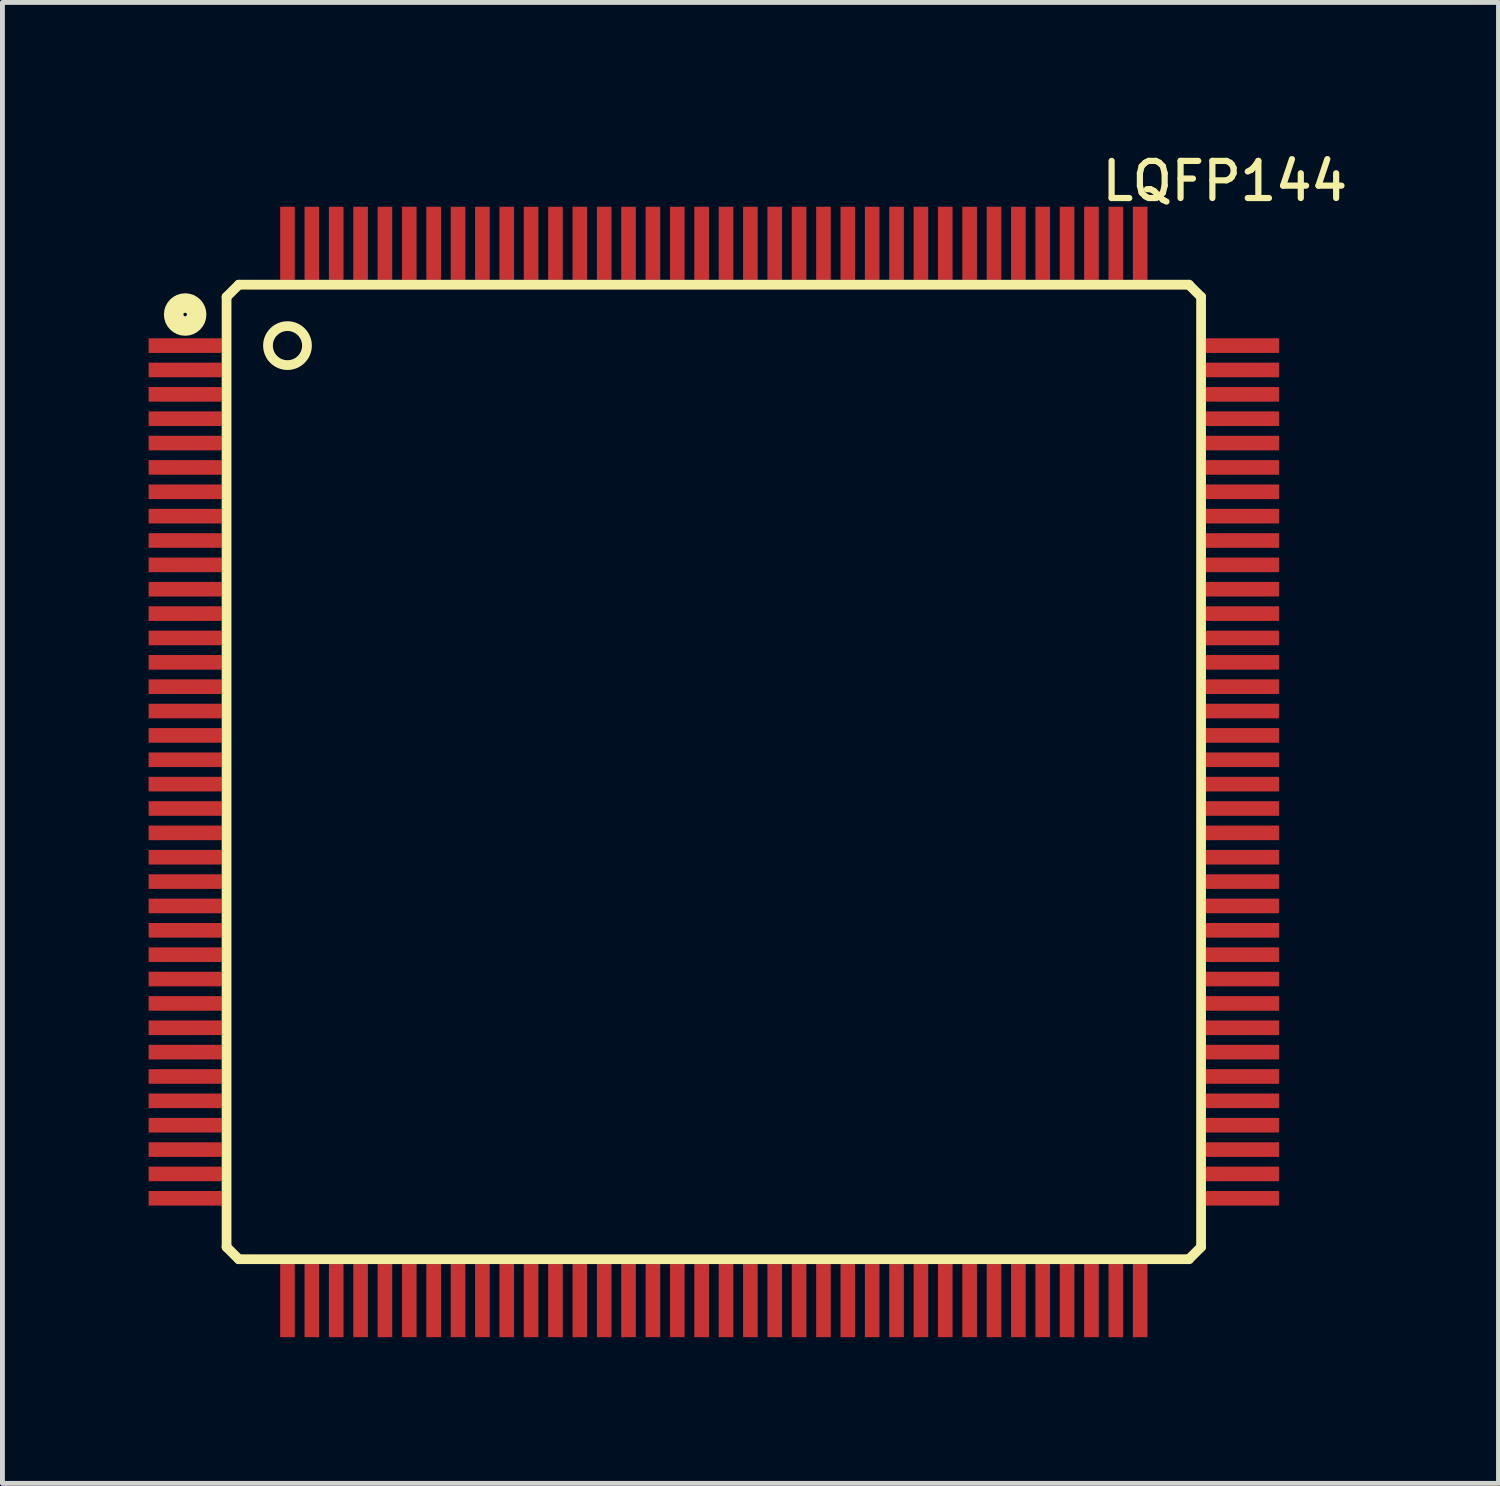
<source format=kicad_pcb>
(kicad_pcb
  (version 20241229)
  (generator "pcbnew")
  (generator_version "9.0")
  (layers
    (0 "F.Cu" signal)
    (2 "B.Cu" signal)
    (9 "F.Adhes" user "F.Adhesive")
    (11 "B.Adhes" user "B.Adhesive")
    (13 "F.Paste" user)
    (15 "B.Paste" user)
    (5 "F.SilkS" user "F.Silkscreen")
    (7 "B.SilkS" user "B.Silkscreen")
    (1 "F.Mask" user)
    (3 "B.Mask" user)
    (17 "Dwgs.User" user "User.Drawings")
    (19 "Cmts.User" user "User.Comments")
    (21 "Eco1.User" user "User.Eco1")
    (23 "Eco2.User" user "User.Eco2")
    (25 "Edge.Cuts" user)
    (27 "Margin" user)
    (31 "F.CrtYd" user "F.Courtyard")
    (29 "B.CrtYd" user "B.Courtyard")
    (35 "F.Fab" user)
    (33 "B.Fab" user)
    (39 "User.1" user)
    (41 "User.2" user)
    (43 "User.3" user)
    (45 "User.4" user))
  (footprint "LQFP144"
    (layer "F.Cu")
    (at 11.6 12.793)
    (property "Reference" "LQFP144" (at 10.486 -12.125 0) (layer "F.SilkS") (effects (font (size 0.762 0.762) (thickness 0.127))))
    (attr through_hole)
    (fp_line (start -10 -9.75) (end -9.75 -10) (stroke (width 0.2) (type solid)) (layer "F.SilkS"))
    (fp_line (start -10 9.75) (end -10 -9.75) (stroke (width 0.2) (type solid)) (layer "F.SilkS"))
    (fp_line (start -9.75 -10) (end 9.75 -10) (stroke (width 0.2) (type solid)) (layer "F.SilkS"))
    (fp_line (start -9.75 10) (end -10 9.75) (stroke (width 0.2) (type solid)) (layer "F.SilkS"))
    (fp_line (start 9.75 -10) (end 10 -9.75) (stroke (width 0.2) (type solid)) (layer "F.SilkS"))
    (fp_line (start 9.75 10) (end -9.75 10) (stroke (width 0.2) (type solid)) (layer "F.SilkS"))
    (fp_line (start 10 -9.75) (end 10 9.75) (stroke (width 0.2) (type solid)) (layer "F.SilkS"))
    (fp_line (start 10 9.75) (end 9.75 10) (stroke (width 0.2) (type solid)) (layer "F.SilkS"))
    (fp_circle (center -10.85 -9.388) (end -10.85 -9.352) (stroke (width 0.4) (type solid)) (fill no) (layer "F.SilkS"))
    (fp_circle (center -8.75 -8.75) (end -8.35 -8.75) (stroke (width 0.2) (type solid)) (fill no) (layer "F.SilkS"))
    (pad "1" smd rect (at -10.85 -8.75) (size 1.5 0.3) (layers "F.Cu" "F.Mask" "F.Paste"))
    (pad "2" smd rect (at -10.85 -8.25) (size 1.5 0.3) (layers "F.Cu" "F.Mask" "F.Paste"))
    (pad "3" smd rect (at -10.85 -7.75) (size 1.5 0.3) (layers "F.Cu" "F.Mask" "F.Paste"))
    (pad "4" smd rect (at -10.85 -7.25) (size 1.5 0.3) (layers "F.Cu" "F.Mask" "F.Paste"))
    (pad "5" smd rect (at -10.85 -6.75) (size 1.5 0.3) (layers "F.Cu" "F.Mask" "F.Paste"))
    (pad "6" smd rect (at -10.85 -6.25) (size 1.5 0.3) (layers "F.Cu" "F.Mask" "F.Paste"))
    (pad "7" smd rect (at -10.85 -5.75) (size 1.5 0.3) (layers "F.Cu" "F.Mask" "F.Paste"))
    (pad "8" smd rect (at -10.85 -5.25) (size 1.5 0.3) (layers "F.Cu" "F.Mask" "F.Paste"))
    (pad "9" smd rect (at -10.85 -4.75) (size 1.5 0.3) (layers "F.Cu" "F.Mask" "F.Paste"))
    (pad "10" smd rect (at -10.85 -4.25) (size 1.5 0.3) (layers "F.Cu" "F.Mask" "F.Paste"))
    (pad "11" smd rect (at -10.85 -3.75) (size 1.5 0.3) (layers "F.Cu" "F.Mask" "F.Paste"))
    (pad "12" smd rect (at -10.85 -3.25) (size 1.5 0.3) (layers "F.Cu" "F.Mask" "F.Paste"))
    (pad "13" smd rect (at -10.85 -2.75) (size 1.5 0.3) (layers "F.Cu" "F.Mask" "F.Paste"))
    (pad "14" smd rect (at -10.85 -2.25) (size 1.5 0.3) (layers "F.Cu" "F.Mask" "F.Paste"))
    (pad "15" smd rect (at -10.85 -1.75) (size 1.5 0.3) (layers "F.Cu" "F.Mask" "F.Paste"))
    (pad "16" smd rect (at -10.85 -1.25) (size 1.5 0.3) (layers "F.Cu" "F.Mask" "F.Paste"))
    (pad "17" smd rect (at -10.85 -0.75) (size 1.5 0.3) (layers "F.Cu" "F.Mask" "F.Paste"))
    (pad "18" smd rect (at -10.85 -0.25) (size 1.5 0.3) (layers "F.Cu" "F.Mask" "F.Paste"))
    (pad "19" smd rect (at -10.85 0.25) (size 1.5 0.3) (layers "F.Cu" "F.Mask" "F.Paste"))
    (pad "20" smd rect (at -10.85 0.75) (size 1.5 0.3) (layers "F.Cu" "F.Mask" "F.Paste"))
    (pad "21" smd rect (at -10.85 1.25) (size 1.5 0.3) (layers "F.Cu" "F.Mask" "F.Paste"))
    (pad "22" smd rect (at -10.85 1.75) (size 1.5 0.3) (layers "F.Cu" "F.Mask" "F.Paste"))
    (pad "23" smd rect (at -10.85 2.25) (size 1.5 0.3) (layers "F.Cu" "F.Mask" "F.Paste"))
    (pad "24" smd rect (at -10.85 2.75) (size 1.5 0.3) (layers "F.Cu" "F.Mask" "F.Paste"))
    (pad "25" smd rect (at -10.85 3.25) (size 1.5 0.3) (layers "F.Cu" "F.Mask" "F.Paste"))
    (pad "26" smd rect (at -10.85 3.75) (size 1.5 0.3) (layers "F.Cu" "F.Mask" "F.Paste"))
    (pad "27" smd rect (at -10.85 4.25) (size 1.5 0.3) (layers "F.Cu" "F.Mask" "F.Paste"))
    (pad "28" smd rect (at -10.85 4.75) (size 1.5 0.3) (layers "F.Cu" "F.Mask" "F.Paste"))
    (pad "29" smd rect (at -10.85 5.25) (size 1.5 0.3) (layers "F.Cu" "F.Mask" "F.Paste"))
    (pad "30" smd rect (at -10.85 5.75) (size 1.5 0.3) (layers "F.Cu" "F.Mask" "F.Paste"))
    (pad "31" smd rect (at -10.85 6.25) (size 1.5 0.3) (layers "F.Cu" "F.Mask" "F.Paste"))
    (pad "32" smd rect (at -10.85 6.75) (size 1.5 0.3) (layers "F.Cu" "F.Mask" "F.Paste"))
    (pad "33" smd rect (at -10.85 7.25) (size 1.5 0.3) (layers "F.Cu" "F.Mask" "F.Paste"))
    (pad "34" smd rect (at -10.85 7.75) (size 1.5 0.3) (layers "F.Cu" "F.Mask" "F.Paste"))
    (pad "35" smd rect (at -10.85 8.25) (size 1.5 0.3) (layers "F.Cu" "F.Mask" "F.Paste"))
    (pad "36" smd rect (at -10.85 8.75) (size 1.5 0.3) (layers "F.Cu" "F.Mask" "F.Paste"))
    (pad "37" smd rect (at -8.75 10.85 90) (size 1.5 0.3) (layers "F.Cu" "F.Mask" "F.Paste"))
    (pad "38" smd rect (at -8.25 10.85 90) (size 1.5 0.3) (layers "F.Cu" "F.Mask" "F.Paste"))
    (pad "39" smd rect (at -7.75 10.85 90) (size 1.5 0.3) (layers "F.Cu" "F.Mask" "F.Paste"))
    (pad "40" smd rect (at -7.25 10.85 90) (size 1.5 0.3) (layers "F.Cu" "F.Mask" "F.Paste"))
    (pad "41" smd rect (at -6.75 10.85 90) (size 1.5 0.3) (layers "F.Cu" "F.Mask" "F.Paste"))
    (pad "42" smd rect (at -6.25 10.85 90) (size 1.5 0.3) (layers "F.Cu" "F.Mask" "F.Paste"))
    (pad "43" smd rect (at -5.75 10.85 90) (size 1.5 0.3) (layers "F.Cu" "F.Mask" "F.Paste"))
    (pad "44" smd rect (at -5.25 10.85 90) (size 1.5 0.3) (layers "F.Cu" "F.Mask" "F.Paste"))
    (pad "45" smd rect (at -4.75 10.85 90) (size 1.5 0.3) (layers "F.Cu" "F.Mask" "F.Paste"))
    (pad "46" smd rect (at -4.25 10.85 90) (size 1.5 0.3) (layers "F.Cu" "F.Mask" "F.Paste"))
    (pad "47" smd rect (at -3.75 10.85 90) (size 1.5 0.3) (layers "F.Cu" "F.Mask" "F.Paste"))
    (pad "48" smd rect (at -3.25 10.85 90) (size 1.5 0.3) (layers "F.Cu" "F.Mask" "F.Paste"))
    (pad "49" smd rect (at -2.75 10.85 90) (size 1.5 0.3) (layers "F.Cu" "F.Mask" "F.Paste"))
    (pad "50" smd rect (at -2.25 10.85 90) (size 1.5 0.3) (layers "F.Cu" "F.Mask" "F.Paste"))
    (pad "51" smd rect (at -1.75 10.85 90) (size 1.5 0.3) (layers "F.Cu" "F.Mask" "F.Paste"))
    (pad "52" smd rect (at -1.25 10.85 90) (size 1.5 0.3) (layers "F.Cu" "F.Mask" "F.Paste"))
    (pad "53" smd rect (at -0.75 10.85 90) (size 1.5 0.3) (layers "F.Cu" "F.Mask" "F.Paste"))
    (pad "54" smd rect (at -0.25 10.85 90) (size 1.5 0.3) (layers "F.Cu" "F.Mask" "F.Paste"))
    (pad "55" smd rect (at 0.25 10.85 90) (size 1.5 0.3) (layers "F.Cu" "F.Mask" "F.Paste"))
    (pad "56" smd rect (at 0.75 10.85 90) (size 1.5 0.3) (layers "F.Cu" "F.Mask" "F.Paste"))
    (pad "57" smd rect (at 1.25 10.85 90) (size 1.5 0.3) (layers "F.Cu" "F.Mask" "F.Paste"))
    (pad "58" smd rect (at 1.75 10.85 90) (size 1.5 0.3) (layers "F.Cu" "F.Mask" "F.Paste"))
    (pad "59" smd rect (at 2.25 10.85 90) (size 1.5 0.3) (layers "F.Cu" "F.Mask" "F.Paste"))
    (pad "60" smd rect (at 2.75 10.85 90) (size 1.5 0.3) (layers "F.Cu" "F.Mask" "F.Paste"))
    (pad "61" smd rect (at 3.25 10.85 90) (size 1.5 0.3) (layers "F.Cu" "F.Mask" "F.Paste"))
    (pad "62" smd rect (at 3.75 10.85 90) (size 1.5 0.3) (layers "F.Cu" "F.Mask" "F.Paste"))
    (pad "63" smd rect (at 4.25 10.85 90) (size 1.5 0.3) (layers "F.Cu" "F.Mask" "F.Paste"))
    (pad "64" smd rect (at 4.75 10.85 90) (size 1.5 0.3) (layers "F.Cu" "F.Mask" "F.Paste"))
    (pad "65" smd rect (at 5.25 10.85 90) (size 1.5 0.3) (layers "F.Cu" "F.Mask" "F.Paste"))
    (pad "66" smd rect (at 5.75 10.85 90) (size 1.5 0.3) (layers "F.Cu" "F.Mask" "F.Paste"))
    (pad "67" smd rect (at 6.25 10.85 90) (size 1.5 0.3) (layers "F.Cu" "F.Mask" "F.Paste"))
    (pad "68" smd rect (at 6.75 10.85 90) (size 1.5 0.3) (layers "F.Cu" "F.Mask" "F.Paste"))
    (pad "69" smd rect (at 7.25 10.85 90) (size 1.5 0.3) (layers "F.Cu" "F.Mask" "F.Paste"))
    (pad "70" smd rect (at 7.75 10.85 90) (size 1.5 0.3) (layers "F.Cu" "F.Mask" "F.Paste"))
    (pad "71" smd rect (at 8.25 10.85 90) (size 1.5 0.3) (layers "F.Cu" "F.Mask" "F.Paste"))
    (pad "72" smd rect (at 8.75 10.85 90) (size 1.5 0.3) (layers "F.Cu" "F.Mask" "F.Paste"))
    (pad "73" smd rect (at 10.85 8.75) (size 1.5 0.3) (layers "F.Cu" "F.Mask" "F.Paste"))
    (pad "74" smd rect (at 10.85 8.25) (size 1.5 0.3) (layers "F.Cu" "F.Mask" "F.Paste"))
    (pad "75" smd rect (at 10.85 7.75) (size 1.5 0.3) (layers "F.Cu" "F.Mask" "F.Paste"))
    (pad "76" smd rect (at 10.85 7.25) (size 1.5 0.3) (layers "F.Cu" "F.Mask" "F.Paste"))
    (pad "77" smd rect (at 10.85 6.75) (size 1.5 0.3) (layers "F.Cu" "F.Mask" "F.Paste"))
    (pad "78" smd rect (at 10.85 6.25) (size 1.5 0.3) (layers "F.Cu" "F.Mask" "F.Paste"))
    (pad "79" smd rect (at 10.85 5.75) (size 1.5 0.3) (layers "F.Cu" "F.Mask" "F.Paste"))
    (pad "80" smd rect (at 10.85 5.25) (size 1.5 0.3) (layers "F.Cu" "F.Mask" "F.Paste"))
    (pad "81" smd rect (at 10.85 4.75) (size 1.5 0.3) (layers "F.Cu" "F.Mask" "F.Paste"))
    (pad "82" smd rect (at 10.85 4.25) (size 1.5 0.3) (layers "F.Cu" "F.Mask" "F.Paste"))
    (pad "83" smd rect (at 10.85 3.75) (size 1.5 0.3) (layers "F.Cu" "F.Mask" "F.Paste"))
    (pad "84" smd rect (at 10.85 3.25) (size 1.5 0.3) (layers "F.Cu" "F.Mask" "F.Paste"))
    (pad "85" smd rect (at 10.85 2.75) (size 1.5 0.3) (layers "F.Cu" "F.Mask" "F.Paste"))
    (pad "86" smd rect (at 10.85 2.25) (size 1.5 0.3) (layers "F.Cu" "F.Mask" "F.Paste"))
    (pad "87" smd rect (at 10.85 1.75) (size 1.5 0.3) (layers "F.Cu" "F.Mask" "F.Paste"))
    (pad "88" smd rect (at 10.85 1.25) (size 1.5 0.3) (layers "F.Cu" "F.Mask" "F.Paste"))
    (pad "89" smd rect (at 10.85 0.75) (size 1.5 0.3) (layers "F.Cu" "F.Mask" "F.Paste"))
    (pad "90" smd rect (at 10.85 0.25) (size 1.5 0.3) (layers "F.Cu" "F.Mask" "F.Paste"))
    (pad "91" smd rect (at 10.85 -0.25) (size 1.5 0.3) (layers "F.Cu" "F.Mask" "F.Paste"))
    (pad "92" smd rect (at 10.85 -0.75) (size 1.5 0.3) (layers "F.Cu" "F.Mask" "F.Paste"))
    (pad "93" smd rect (at 10.85 -1.25) (size 1.5 0.3) (layers "F.Cu" "F.Mask" "F.Paste"))
    (pad "94" smd rect (at 10.85 -1.75) (size 1.5 0.3) (layers "F.Cu" "F.Mask" "F.Paste"))
    (pad "95" smd rect (at 10.85 -2.25) (size 1.5 0.3) (layers "F.Cu" "F.Mask" "F.Paste"))
    (pad "96" smd rect (at 10.85 -2.75) (size 1.5 0.3) (layers "F.Cu" "F.Mask" "F.Paste"))
    (pad "97" smd rect (at 10.85 -3.25) (size 1.5 0.3) (layers "F.Cu" "F.Mask" "F.Paste"))
    (pad "98" smd rect (at 10.85 -3.75) (size 1.5 0.3) (layers "F.Cu" "F.Mask" "F.Paste"))
    (pad "99" smd rect (at 10.85 -4.25) (size 1.5 0.3) (layers "F.Cu" "F.Mask" "F.Paste"))
    (pad "100" smd rect (at 10.85 -4.75) (size 1.5 0.3) (layers "F.Cu" "F.Mask" "F.Paste"))
    (pad "101" smd rect (at 10.85 -5.25) (size 1.5 0.3) (layers "F.Cu" "F.Mask" "F.Paste"))
    (pad "102" smd rect (at 10.85 -5.75) (size 1.5 0.3) (layers "F.Cu" "F.Mask" "F.Paste"))
    (pad "103" smd rect (at 10.85 -6.25) (size 1.5 0.3) (layers "F.Cu" "F.Mask" "F.Paste"))
    (pad "104" smd rect (at 10.85 -6.75) (size 1.5 0.3) (layers "F.Cu" "F.Mask" "F.Paste"))
    (pad "105" smd rect (at 10.85 -7.25) (size 1.5 0.3) (layers "F.Cu" "F.Mask" "F.Paste"))
    (pad "106" smd rect (at 10.85 -7.75) (size 1.5 0.3) (layers "F.Cu" "F.Mask" "F.Paste"))
    (pad "107" smd rect (at 10.85 -8.25) (size 1.5 0.3) (layers "F.Cu" "F.Mask" "F.Paste"))
    (pad "108" smd rect (at 10.85 -8.75) (size 1.5 0.3) (layers "F.Cu" "F.Mask" "F.Paste"))
    (pad "109" smd rect (at 8.75 -10.85 90) (size 1.5 0.3) (layers "F.Cu" "F.Mask" "F.Paste"))
    (pad "110" smd rect (at 8.25 -10.85 90) (size 1.5 0.3) (layers "F.Cu" "F.Mask" "F.Paste"))
    (pad "111" smd rect (at 7.75 -10.85 90) (size 1.5 0.3) (layers "F.Cu" "F.Mask" "F.Paste"))
    (pad "112" smd rect (at 7.25 -10.85 90) (size 1.5 0.3) (layers "F.Cu" "F.Mask" "F.Paste"))
    (pad "113" smd rect (at 6.75 -10.85 90) (size 1.5 0.3) (layers "F.Cu" "F.Mask" "F.Paste"))
    (pad "114" smd rect (at 6.25 -10.85 90) (size 1.5 0.3) (layers "F.Cu" "F.Mask" "F.Paste"))
    (pad "115" smd rect (at 5.75 -10.85 90) (size 1.5 0.3) (layers "F.Cu" "F.Mask" "F.Paste"))
    (pad "116" smd rect (at 5.25 -10.85 90) (size 1.5 0.3) (layers "F.Cu" "F.Mask" "F.Paste"))
    (pad "117" smd rect (at 4.75 -10.85 90) (size 1.5 0.3) (layers "F.Cu" "F.Mask" "F.Paste"))
    (pad "118" smd rect (at 4.25 -10.85 90) (size 1.5 0.3) (layers "F.Cu" "F.Mask" "F.Paste"))
    (pad "119" smd rect (at 3.75 -10.85 90) (size 1.5 0.3) (layers "F.Cu" "F.Mask" "F.Paste"))
    (pad "120" smd rect (at 3.25 -10.85 90) (size 1.5 0.3) (layers "F.Cu" "F.Mask" "F.Paste"))
    (pad "121" smd rect (at 2.75 -10.85 90) (size 1.5 0.3) (layers "F.Cu" "F.Mask" "F.Paste"))
    (pad "122" smd rect (at 2.25 -10.85 90) (size 1.5 0.3) (layers "F.Cu" "F.Mask" "F.Paste"))
    (pad "123" smd rect (at 1.75 -10.85 90) (size 1.5 0.3) (layers "F.Cu" "F.Mask" "F.Paste"))
    (pad "124" smd rect (at 1.25 -10.85 90) (size 1.5 0.3) (layers "F.Cu" "F.Mask" "F.Paste"))
    (pad "125" smd rect (at 0.75 -10.85 90) (size 1.5 0.3) (layers "F.Cu" "F.Mask" "F.Paste"))
    (pad "126" smd rect (at 0.25 -10.85 90) (size 1.5 0.3) (layers "F.Cu" "F.Mask" "F.Paste"))
    (pad "127" smd rect (at -0.25 -10.85 90) (size 1.5 0.3) (layers "F.Cu" "F.Mask" "F.Paste"))
    (pad "128" smd rect (at -0.75 -10.85 90) (size 1.5 0.3) (layers "F.Cu" "F.Mask" "F.Paste"))
    (pad "129" smd rect (at -1.25 -10.85 90) (size 1.5 0.3) (layers "F.Cu" "F.Mask" "F.Paste"))
    (pad "130" smd rect (at -1.75 -10.85 90) (size 1.5 0.3) (layers "F.Cu" "F.Mask" "F.Paste"))
    (pad "131" smd rect (at -2.25 -10.85 90) (size 1.5 0.3) (layers "F.Cu" "F.Mask" "F.Paste"))
    (pad "132" smd rect (at -2.75 -10.85 90) (size 1.5 0.3) (layers "F.Cu" "F.Mask" "F.Paste"))
    (pad "133" smd rect (at -3.25 -10.85 90) (size 1.5 0.3) (layers "F.Cu" "F.Mask" "F.Paste"))
    (pad "134" smd rect (at -3.75 -10.85 90) (size 1.5 0.3) (layers "F.Cu" "F.Mask" "F.Paste"))
    (pad "135" smd rect (at -4.25 -10.85 90) (size 1.5 0.3) (layers "F.Cu" "F.Mask" "F.Paste"))
    (pad "136" smd rect (at -4.75 -10.85 90) (size 1.5 0.3) (layers "F.Cu" "F.Mask" "F.Paste"))
    (pad "137" smd rect (at -5.25 -10.85 90) (size 1.5 0.3) (layers "F.Cu" "F.Mask" "F.Paste"))
    (pad "138" smd rect (at -5.75 -10.85 90) (size 1.5 0.3) (layers "F.Cu" "F.Mask" "F.Paste"))
    (pad "139" smd rect (at -6.25 -10.85 90) (size 1.5 0.3) (layers "F.Cu" "F.Mask" "F.Paste"))
    (pad "140" smd rect (at -6.75 -10.85 90) (size 1.5 0.3) (layers "F.Cu" "F.Mask" "F.Paste"))
    (pad "141" smd rect (at -7.25 -10.85 90) (size 1.5 0.3) (layers "F.Cu" "F.Mask" "F.Paste"))
    (pad "142" smd rect (at -7.75 -10.85 90) (size 1.5 0.3) (layers "F.Cu" "F.Mask" "F.Paste"))
    (pad "143" smd rect (at -8.25 -10.85 90) (size 1.5 0.3) (layers "F.Cu" "F.Mask" "F.Paste"))
    (pad "144" smd rect (at -8.75 -10.85 90) (size 1.5 0.3) (layers "F.Cu" "F.Mask" "F.Paste")))
  (gr_rect
    (start -3 -3)
    (end 27.704 27.393)
    (stroke (width 0.1) (type default))
    (fill no)
    (layer "Edge.Cuts")))
</source>
